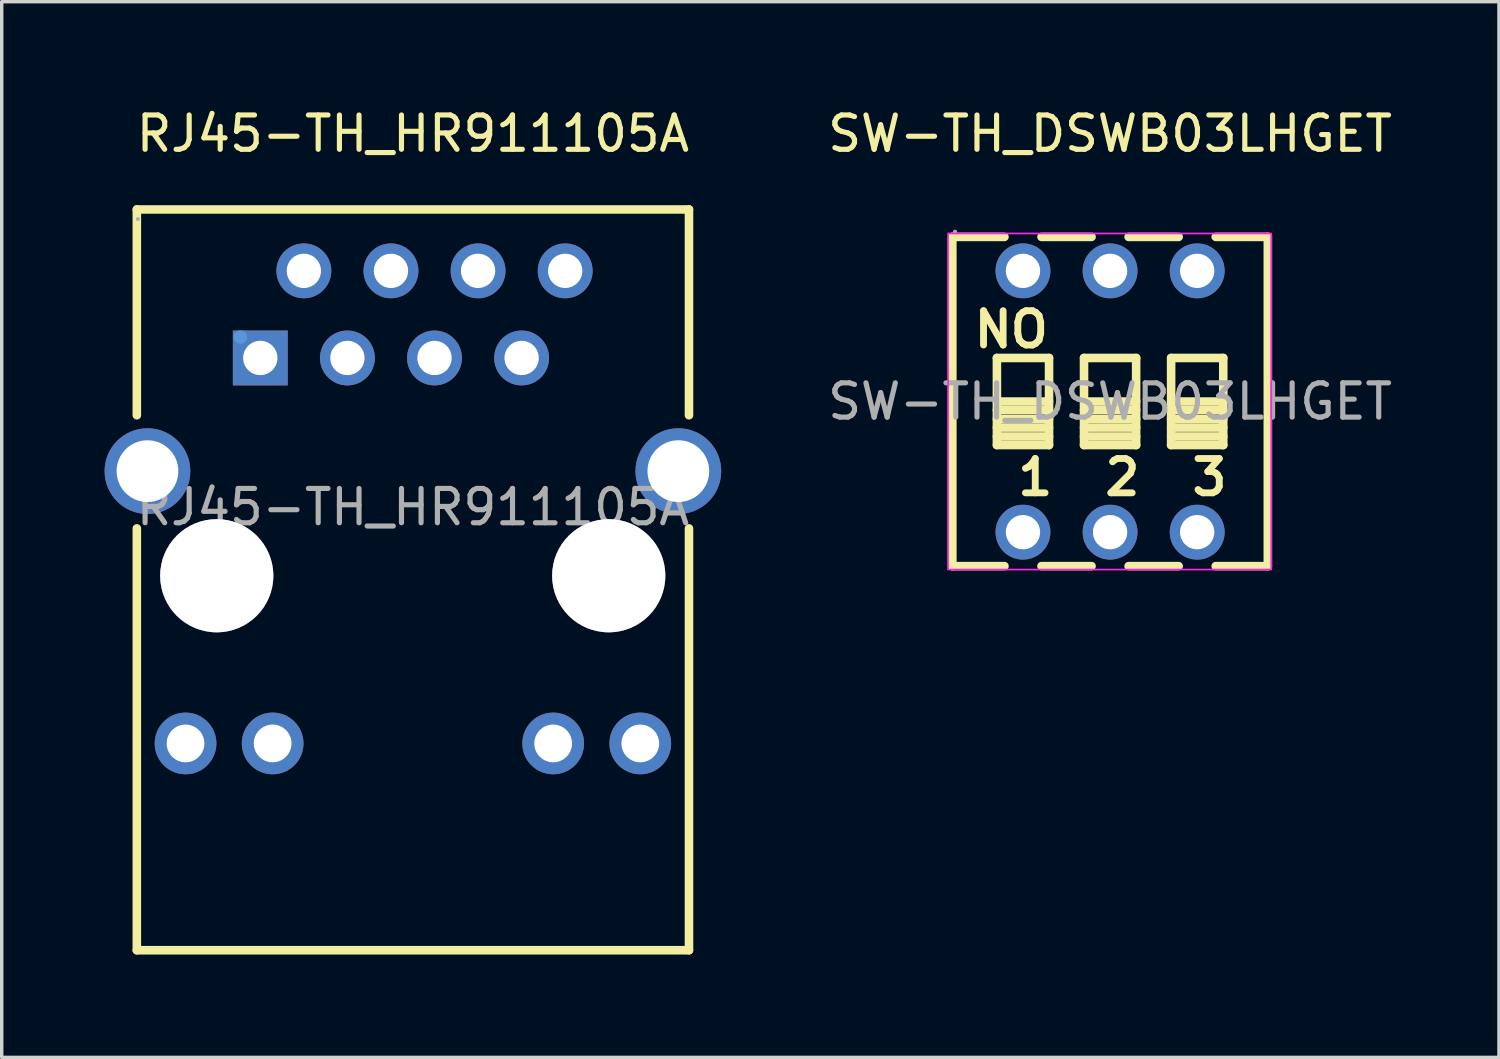
<source format=kicad_pcb>
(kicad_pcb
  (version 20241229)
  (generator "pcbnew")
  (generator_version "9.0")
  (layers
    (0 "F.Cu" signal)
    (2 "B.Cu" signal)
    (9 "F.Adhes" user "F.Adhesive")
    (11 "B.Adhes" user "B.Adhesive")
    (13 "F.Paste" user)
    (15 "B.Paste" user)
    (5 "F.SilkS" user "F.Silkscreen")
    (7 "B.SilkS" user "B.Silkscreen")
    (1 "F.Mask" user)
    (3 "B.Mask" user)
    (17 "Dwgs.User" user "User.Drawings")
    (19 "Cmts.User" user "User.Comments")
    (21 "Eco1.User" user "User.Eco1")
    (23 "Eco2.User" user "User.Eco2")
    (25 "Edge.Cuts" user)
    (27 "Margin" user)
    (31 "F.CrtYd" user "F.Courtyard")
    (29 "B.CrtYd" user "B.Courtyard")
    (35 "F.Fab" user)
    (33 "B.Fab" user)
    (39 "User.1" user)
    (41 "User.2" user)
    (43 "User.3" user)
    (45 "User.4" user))
  (footprint "RJ45-TH_HR911105A"
    (layer "F.Cu")
    (at 8.99 11.738)
    (property "Reference" "RJ45-TH_HR911105A" (at 0 -10.89 0) (layer "F.SilkS") (effects (font (size 1 1) (thickness 0.15))))
    (attr through_hole)
    (fp_line (start -8.05 -8.68) (end -8.05 -2.68) (stroke (width 0.25) (type solid)) (layer "F.SilkS"))
    (fp_line (start -8.05 -8.68) (end 8.05 -8.68) (stroke (width 0.25) (type solid)) (layer "F.SilkS"))
    (fp_line (start -8.05 0.62) (end -8.05 12.92) (stroke (width 0.25) (type solid)) (layer "F.SilkS"))
    (fp_line (start -8.05 12.92) (end 8.05 12.92) (stroke (width 0.25) (type solid)) (layer "F.SilkS"))
    (fp_line (start 8.05 -8.68) (end 8.05 -2.68) (stroke (width 0.25) (type solid)) (layer "F.SilkS"))
    (fp_line (start 8.05 0.62) (end 8.05 12.92) (stroke (width 0.25) (type solid)) (layer "F.SilkS"))
    (fp_circle (center -5.72 2) (end -5.02 2) (stroke (width 1.4) (type solid)) (fill no) (layer "Cmts.User"))
    (fp_circle (center -5.03 -4.96) (end -4.93 -4.96) (stroke (width 0.2) (type solid)) (fill no) (layer "Cmts.User"))
    (fp_circle (center 5.71 2) (end 6.41 2) (stroke (width 1.4) (type solid)) (fill no) (layer "Cmts.User"))
    (fp_circle (center -8.02 -8.4) (end -7.99 -8.4) (stroke (width 0.06) (type solid)) (fill no) (layer "F.Fab"))
    (fp_text user "${REFERENCE}" (at 0 0 0) (layer "F.Fab") (effects (font (size 1 1) (thickness 0.15))))
    (pad "" thru_hole circle (at -5.72 2) (size 3.3 3.3) (drill 3.3) (layers "*.Cu" "*.Mask"))
    (pad "" thru_hole circle (at 5.71 2) (size 3.3 3.3) (drill 3.3) (layers "*.Cu" "*.Mask"))
    (pad "1" thru_hole rect (at -4.45 -4.35) (size 1.6 1.6) (drill 1) (layers "*.Cu" "*.Mask"))
    (pad "2" thru_hole circle (at -3.18 -6.89) (size 1.6 1.6) (drill 1) (layers "*.Cu" "*.Mask"))
    (pad "3" thru_hole circle (at -1.91 -4.35) (size 1.6 1.6) (drill 1) (layers "*.Cu" "*.Mask"))
    (pad "4" thru_hole circle (at -0.64 -6.89) (size 1.6 1.6) (drill 1) (layers "*.Cu" "*.Mask"))
    (pad "5" thru_hole circle (at 0.63 -4.35) (size 1.6 1.6) (drill 1) (layers "*.Cu" "*.Mask"))
    (pad "6" thru_hole circle (at 1.9 -6.89) (size 1.6 1.6) (drill 1) (layers "*.Cu" "*.Mask"))
    (pad "7" thru_hole circle (at 3.17 -4.35) (size 1.6 1.6) (drill 1) (layers "*.Cu" "*.Mask"))
    (pad "8" thru_hole circle (at 4.44 -6.89) (size 1.6 1.6) (drill 1) (layers "*.Cu" "*.Mask"))
    (pad "9" thru_hole circle (at -6.63 6.89) (size 1.8 1.8) (drill 1.1) (layers "*.Cu" "*.Mask"))
    (pad "10" thru_hole circle (at -4.09 6.89) (size 1.8 1.8) (drill 1.1) (layers "*.Cu" "*.Mask"))
    (pad "11" thru_hole circle (at 4.09 6.89) (size 1.8 1.8) (drill 1.1) (layers "*.Cu" "*.Mask"))
    (pad "12" thru_hole circle (at 6.63 6.89) (size 1.8 1.8) (drill 1.1) (layers "*.Cu" "*.Mask"))
    (pad "SH1" thru_hole circle (at -7.74 -1.05) (size 2.5 2.5) (drill 1.8) (layers "*.Cu" "*.Mask"))
    (pad "SH2" thru_hole circle (at 7.74 -1.05) (size 2.5 2.5) (drill 1.8) (layers "*.Cu" "*.Mask")))
  (footprint "SW-TH_DSWB03LHGET"
    (layer "F.Cu")
    (at 29.319 8.658)
    (property "Reference" "SW-TH_DSWB03LHGET" (at 0 -7.81 0) (layer "F.SilkS") (effects (font (size 1 1) (thickness 0.15))))
    (attr through_hole)
    (fp_line (start -4.6 -4.8) (end -3.08 -4.8) (stroke (width 0.25) (type solid)) (layer "F.SilkS"))
    (fp_line (start -4.6 4.8) (end -4.6 -4.8) (stroke (width 0.25) (type solid)) (layer "F.SilkS"))
    (fp_line (start -4.6 4.8) (end -3.08 4.8) (stroke (width 0.25) (type solid)) (layer "F.SilkS"))
    (fp_line (start -3.3 -1.27) (end -1.78 -1.27) (stroke (width 0.25) (type solid)) (layer "F.SilkS"))
    (fp_line (start -3.3 0) (end -1.78 0) (stroke (width 0.25) (type solid)) (layer "F.SilkS"))
    (fp_line (start -3.3 0.25) (end -1.78 0.25) (stroke (width 0.25) (type solid)) (layer "F.SilkS"))
    (fp_line (start -3.3 0.51) (end -1.78 0.51) (stroke (width 0.25) (type solid)) (layer "F.SilkS"))
    (fp_line (start -3.3 0.76) (end -1.78 0.76) (stroke (width 0.25) (type solid)) (layer "F.SilkS"))
    (fp_line (start -3.3 1.02) (end -1.78 1.02) (stroke (width 0.25) (type solid)) (layer "F.SilkS"))
    (fp_line (start -3.3 1.27) (end -3.3 -1.27) (stroke (width 0.25) (type solid)) (layer "F.SilkS"))
    (fp_line (start -2 -4.8) (end -0.54 -4.8) (stroke (width 0.25) (type solid)) (layer "F.SilkS"))
    (fp_line (start -2 4.8) (end -0.54 4.8) (stroke (width 0.25) (type solid)) (layer "F.SilkS"))
    (fp_line (start -1.78 -1.27) (end -1.78 1.27) (stroke (width 0.25) (type solid)) (layer "F.SilkS"))
    (fp_line (start -1.78 1.27) (end -3.3 1.27) (stroke (width 0.25) (type solid)) (layer "F.SilkS"))
    (fp_line (start -0.76 -1.27) (end 0.76 -1.27) (stroke (width 0.25) (type solid)) (layer "F.SilkS"))
    (fp_line (start -0.76 0) (end 0.76 0) (stroke (width 0.25) (type solid)) (layer "F.SilkS"))
    (fp_line (start -0.76 0.25) (end 0.76 0.25) (stroke (width 0.25) (type solid)) (layer "F.SilkS"))
    (fp_line (start -0.76 0.51) (end 0.76 0.51) (stroke (width 0.25) (type solid)) (layer "F.SilkS"))
    (fp_line (start -0.76 0.76) (end 0.76 0.76) (stroke (width 0.25) (type solid)) (layer "F.SilkS"))
    (fp_line (start -0.76 1.02) (end 0.76 1.02) (stroke (width 0.25) (type solid)) (layer "F.SilkS"))
    (fp_line (start -0.76 1.27) (end -0.76 -1.27) (stroke (width 0.25) (type solid)) (layer "F.SilkS"))
    (fp_line (start 0.54 -4.8) (end 2 -4.8) (stroke (width 0.25) (type solid)) (layer "F.SilkS"))
    (fp_line (start 0.54 4.8) (end 2 4.8) (stroke (width 0.25) (type solid)) (layer "F.SilkS"))
    (fp_line (start 0.76 -1.27) (end 0.76 1.27) (stroke (width 0.25) (type solid)) (layer "F.SilkS"))
    (fp_line (start 0.76 1.27) (end -0.76 1.27) (stroke (width 0.25) (type solid)) (layer "F.SilkS"))
    (fp_line (start 1.78 -1.27) (end 3.3 -1.27) (stroke (width 0.25) (type solid)) (layer "F.SilkS"))
    (fp_line (start 1.78 0) (end 3.3 0) (stroke (width 0.25) (type solid)) (layer "F.SilkS"))
    (fp_line (start 1.78 0.25) (end 3.3 0.25) (stroke (width 0.25) (type solid)) (layer "F.SilkS"))
    (fp_line (start 1.78 0.51) (end 3.3 0.51) (stroke (width 0.25) (type solid)) (layer "F.SilkS"))
    (fp_line (start 1.78 0.76) (end 3.3 0.76) (stroke (width 0.25) (type solid)) (layer "F.SilkS"))
    (fp_line (start 1.78 1.02) (end 3.3 1.02) (stroke (width 0.25) (type solid)) (layer "F.SilkS"))
    (fp_line (start 1.78 1.27) (end 1.78 -1.27) (stroke (width 0.25) (type solid)) (layer "F.SilkS"))
    (fp_line (start 3.08 -4.8) (end 4.6 -4.8) (stroke (width 0.25) (type solid)) (layer "F.SilkS"))
    (fp_line (start 3.08 4.8) (end 4.6 4.8) (stroke (width 0.25) (type solid)) (layer "F.SilkS"))
    (fp_line (start 3.3 -1.27) (end 3.3 1.27) (stroke (width 0.25) (type solid)) (layer "F.SilkS"))
    (fp_line (start 3.3 1.27) (end 1.78 1.27) (stroke (width 0.25) (type solid)) (layer "F.SilkS"))
    (fp_line (start 4.6 -4.8) (end 4.6 4.8) (stroke (width 0.25) (type solid)) (layer "F.SilkS"))
    (fp_rect (start -4.725 -4.9) (end 4.7 4.9) (stroke (width 0.05) (type default)) (fill no) (layer "F.CrtYd"))
    (fp_circle (center -4.52 -4.95) (end -4.49 -4.95) (stroke (width 0.06) (type solid)) (fill no) (layer "F.Fab"))
    (fp_text user "3" (at 2.29 2.21 0) (layer "F.SilkS") (effects (font (size 1 1) (thickness 0.2)) (justify left)))
    (fp_text user "NO" (at -4.06 -2.1 0) (layer "F.SilkS") (effects (font (size 1 1) (thickness 0.2)) (justify left)))
    (fp_text user "2" (at -0.25 2.21 0) (layer "F.SilkS") (effects (font (size 1 1) (thickness 0.2)) (justify left)))
    (fp_text user "1" (at -2.79 2.21 0) (layer "F.SilkS") (effects (font (size 1 1) (thickness 0.2)) (justify left)))
    (fp_text user "${REFERENCE}" (at 0 0 0) (layer "F.Fab") (effects (font (size 1 1) (thickness 0.15))))
    (pad "1" thru_hole circle (at -2.54 -3.81) (size 1.6 1.6) (drill 1) (layers "*.Cu" "*.Mask"))
    (pad "2" thru_hole circle (at 0 -3.81) (size 1.6 1.6) (drill 1) (layers "*.Cu" "*.Mask"))
    (pad "3" thru_hole circle (at 2.54 -3.81) (size 1.6 1.6) (drill 1) (layers "*.Cu" "*.Mask"))
    (pad "4" thru_hole circle (at -2.54 3.81) (size 1.6 1.6) (drill 1) (layers "*.Cu" "*.Mask"))
    (pad "5" thru_hole circle (at 0 3.81) (size 1.6 1.6) (drill 1) (layers "*.Cu" "*.Mask"))
    (pad "6" thru_hole circle (at 2.54 3.81) (size 1.6 1.6) (drill 1) (layers "*.Cu" "*.Mask")))
  (gr_rect
    (start -3 -3)
    (end 40.659 27.783)
    (stroke (width 0.1) (type default))
    (fill no)
    (layer "Edge.Cuts")))
</source>
